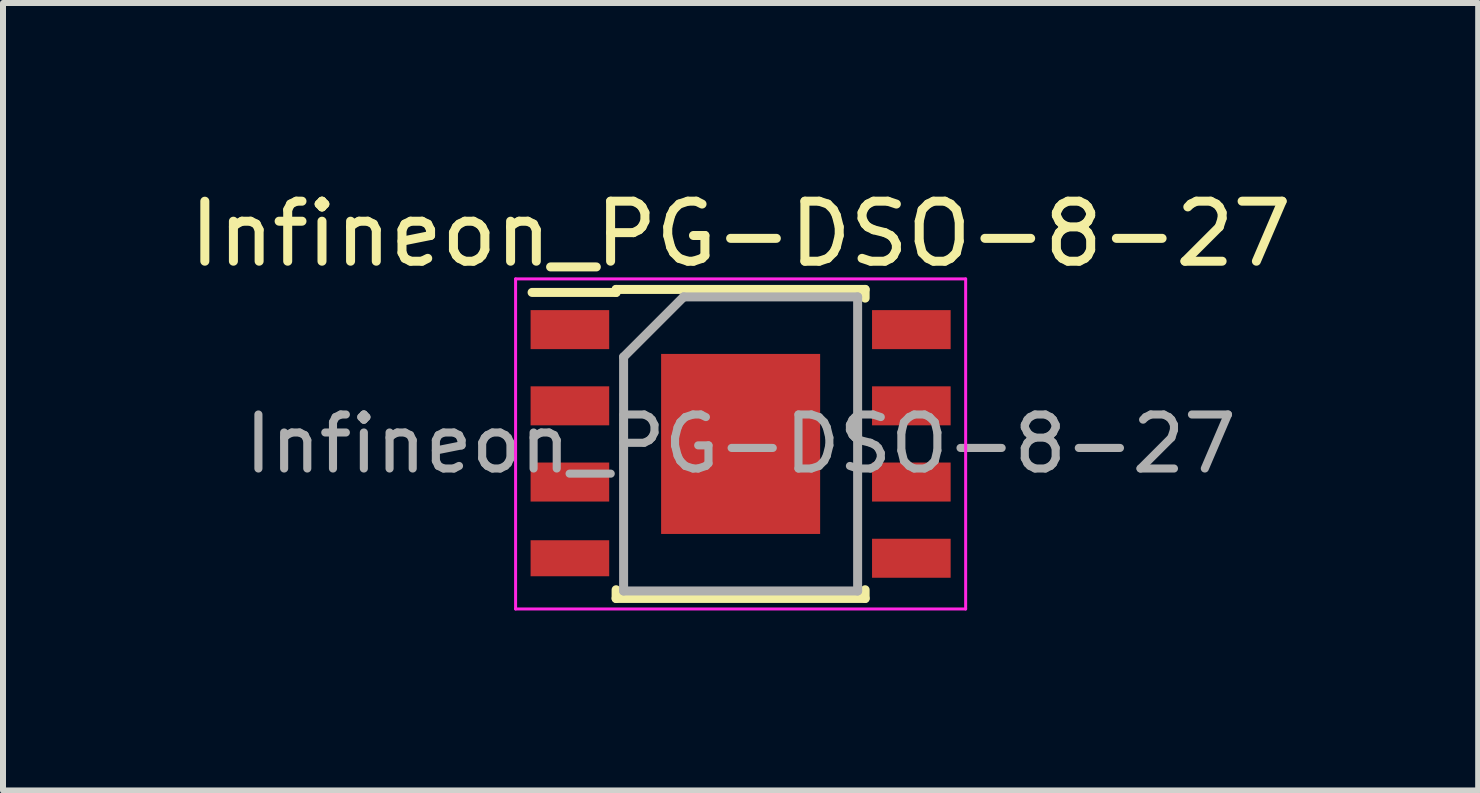
<source format=kicad_pcb>
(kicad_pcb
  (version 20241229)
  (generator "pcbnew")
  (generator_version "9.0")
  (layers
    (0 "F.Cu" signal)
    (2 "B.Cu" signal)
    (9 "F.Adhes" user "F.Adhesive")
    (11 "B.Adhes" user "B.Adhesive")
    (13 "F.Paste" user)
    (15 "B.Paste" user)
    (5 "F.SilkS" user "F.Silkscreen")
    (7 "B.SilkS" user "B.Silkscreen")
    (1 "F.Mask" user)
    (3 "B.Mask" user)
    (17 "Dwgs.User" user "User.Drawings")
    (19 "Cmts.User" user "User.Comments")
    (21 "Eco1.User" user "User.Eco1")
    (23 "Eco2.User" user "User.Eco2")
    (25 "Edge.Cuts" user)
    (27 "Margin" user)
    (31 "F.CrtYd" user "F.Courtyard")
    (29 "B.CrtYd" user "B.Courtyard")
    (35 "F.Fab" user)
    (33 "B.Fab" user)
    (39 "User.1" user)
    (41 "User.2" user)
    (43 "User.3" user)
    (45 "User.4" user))
  (footprint "Infineon_PG-DSO-8-27"
    (layer "F.Cu")
    (at 9.292 4.348)
    (property "Reference" "Infineon_PG-DSO-8-27" (at 0 -3.5 0) (layer "F.SilkS") (effects (font (size 1 1) (thickness 0.15))))
    (attr smd)
    (fp_line (start -2.075 -2.575) (end -2.075 -2.525) (stroke (width 0.15) (type solid)) (layer "F.SilkS"))
    (fp_line (start -2.075 -2.575) (end 2.075 -2.575) (stroke (width 0.15) (type solid)) (layer "F.SilkS"))
    (fp_line (start -2.075 -2.525) (end -3.475 -2.525) (stroke (width 0.15) (type solid)) (layer "F.SilkS"))
    (fp_line (start -2.075 2.575) (end -2.075 2.43) (stroke (width 0.15) (type solid)) (layer "F.SilkS"))
    (fp_line (start -2.075 2.575) (end 2.075 2.575) (stroke (width 0.15) (type solid)) (layer "F.SilkS"))
    (fp_line (start 2.075 -2.575) (end 2.075 -2.43) (stroke (width 0.15) (type solid)) (layer "F.SilkS"))
    (fp_line (start 2.075 2.575) (end 2.075 2.43) (stroke (width 0.15) (type solid)) (layer "F.SilkS"))
    (fp_line (start -3.75 -2.75) (end -3.75 2.75) (stroke (width 0.05) (type solid)) (layer "F.CrtYd"))
    (fp_line (start -3.75 -2.75) (end 3.75 -2.75) (stroke (width 0.05) (type solid)) (layer "F.CrtYd"))
    (fp_line (start -3.75 2.75) (end 3.75 2.75) (stroke (width 0.05) (type solid)) (layer "F.CrtYd"))
    (fp_line (start 3.75 -2.75) (end 3.75 2.75) (stroke (width 0.05) (type solid)) (layer "F.CrtYd"))
    (fp_line (start -1.95 -1.45) (end -0.95 -2.45) (stroke (width 0.15) (type solid)) (layer "F.Fab"))
    (fp_line (start -1.95 2.45) (end -1.95 -1.45) (stroke (width 0.15) (type solid)) (layer "F.Fab"))
    (fp_line (start -0.95 -2.45) (end 1.95 -2.45) (stroke (width 0.15) (type solid)) (layer "F.Fab"))
    (fp_line (start 1.95 -2.45) (end 1.95 2.45) (stroke (width 0.15) (type solid)) (layer "F.Fab"))
    (fp_line (start 1.95 2.45) (end -1.95 2.45) (stroke (width 0.15) (type solid)) (layer "F.Fab"))
    (fp_text user "${REFERENCE}" (at 0 0 0) (layer "F.Fab") (effects (font (size 0.9 0.9) (thickness 0.135))))
    (pad "1" smd rect (at -2.845 -1.905) (size 1.31 0.65) (layers "F.Cu" "F.Mask" "F.Paste"))
    (pad "2" smd rect (at -2.845 -0.635) (size 1.31 0.65) (layers "F.Cu" "F.Mask" "F.Paste"))
    (pad "3" smd rect (at -2.845 0.635) (size 1.31 0.65) (layers "F.Cu" "F.Mask" "F.Paste"))
    (pad "4" smd rect (at -2.845 1.905) (size 1.31 0.6) (layers "F.Cu" "F.Mask" "F.Paste"))
    (pad "5" smd rect (at 2.845 1.905) (size 1.31 0.65) (layers "F.Cu" "F.Mask" "F.Paste"))
    (pad "6" smd rect (at 2.845 0.635) (size 1.31 0.65) (layers "F.Cu" "F.Mask" "F.Paste"))
    (pad "7" smd rect (at 2.845 -0.635) (size 1.31 0.65) (layers "F.Cu" "F.Mask" "F.Paste"))
    (pad "8" smd rect (at 2.845 -1.905) (size 1.31 0.65) (layers "F.Cu" "F.Mask" "F.Paste"))
    (pad "9" smd rect (at 0 0) (size 2.65 3) (layers "F.Cu" "F.Mask" "F.Paste")))
  (gr_rect
    (start -3 -3)
    (end 21.583 10.123)
    (stroke (width 0.1) (type default))
    (fill no)
    (layer "Edge.Cuts")))
</source>
